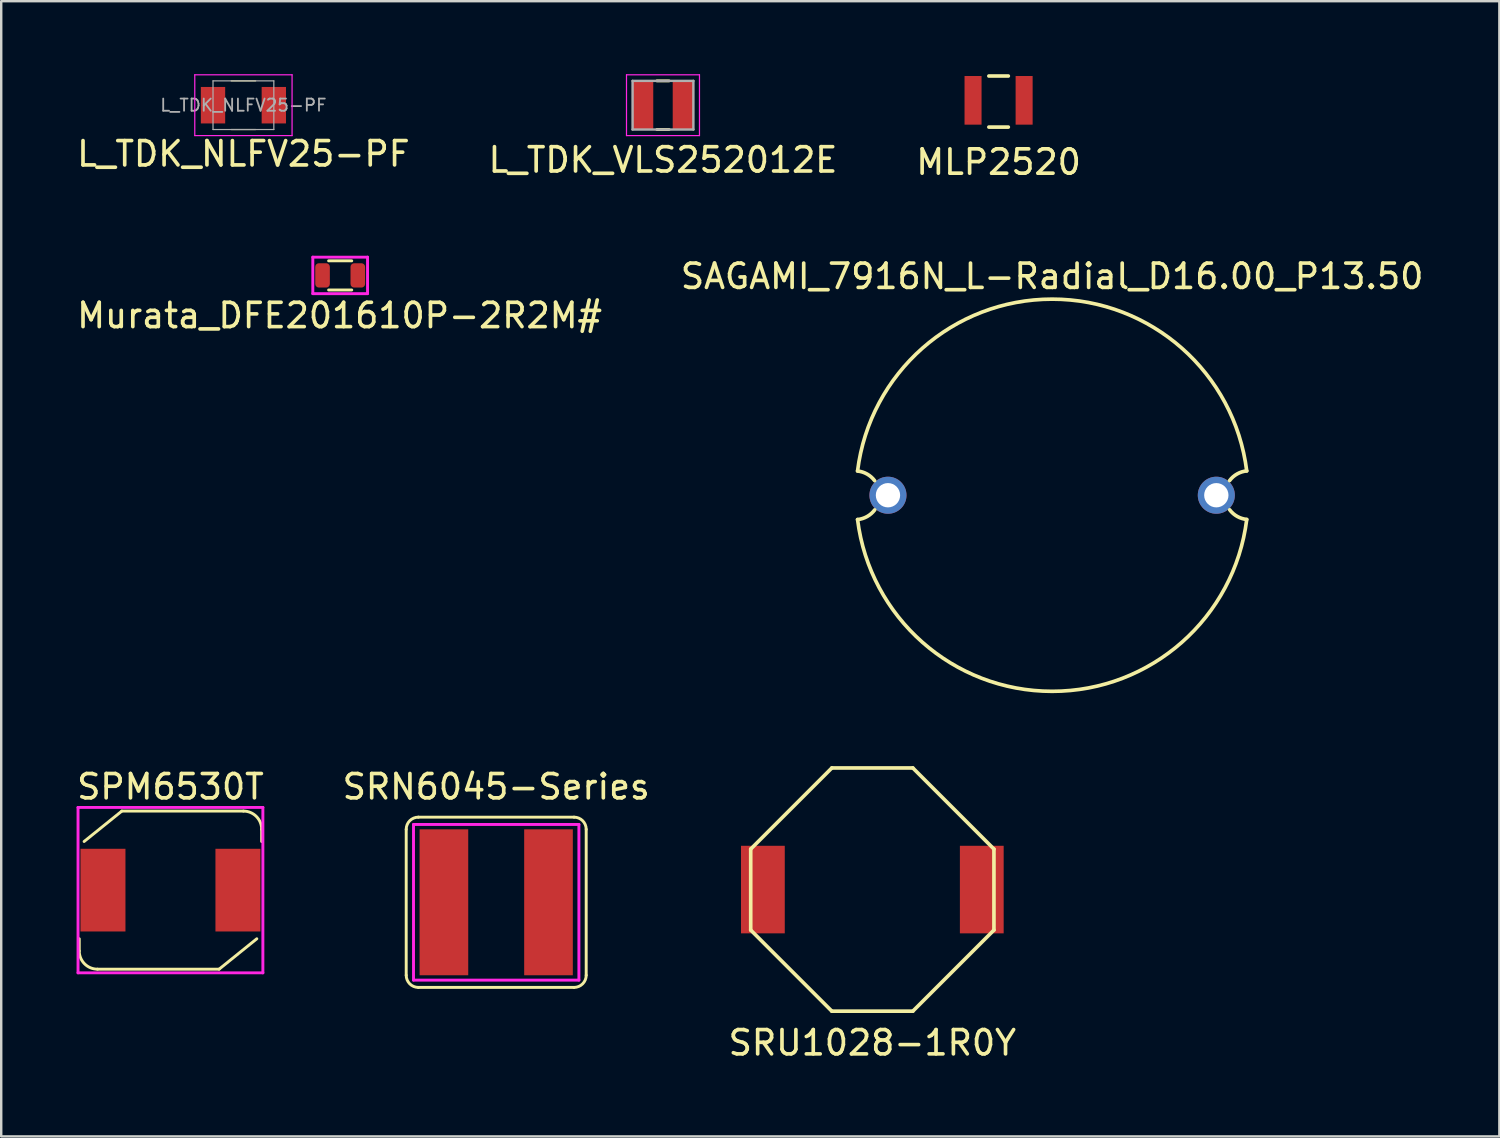
<source format=kicad_pcb>
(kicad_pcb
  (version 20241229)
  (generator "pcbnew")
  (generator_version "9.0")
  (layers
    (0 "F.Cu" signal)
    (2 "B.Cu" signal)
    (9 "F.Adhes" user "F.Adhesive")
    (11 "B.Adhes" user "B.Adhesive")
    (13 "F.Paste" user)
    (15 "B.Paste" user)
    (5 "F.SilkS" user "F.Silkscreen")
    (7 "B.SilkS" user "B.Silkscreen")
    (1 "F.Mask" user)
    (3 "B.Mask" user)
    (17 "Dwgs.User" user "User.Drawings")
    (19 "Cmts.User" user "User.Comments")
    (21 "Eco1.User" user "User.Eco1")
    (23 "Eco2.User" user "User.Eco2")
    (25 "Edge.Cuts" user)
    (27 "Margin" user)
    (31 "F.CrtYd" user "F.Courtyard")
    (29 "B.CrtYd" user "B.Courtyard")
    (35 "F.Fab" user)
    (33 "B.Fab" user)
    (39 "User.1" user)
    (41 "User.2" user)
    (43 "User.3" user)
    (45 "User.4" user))
  (footprint "SAGAMI_7916N_L-Radial_D16.00_P13.50"
    (layer "F.Cu")
    (at 40.208 17.311)
    (property "Reference" "SAGAMI_7916N_L-Radial_D16.00_P13.50" (at 0 -9 0) (layer "F.SilkS") (effects (font (size 1 1) (thickness 0.15))))
    (attr through_hole)
    (fp_arc (start -8.000497 -0.995036) (mid -7.608788 -0.871039) (end -7.300001 -0.6) (stroke (width 0.15) (type solid)) (layer "F.SilkS"))
    (fp_arc (start -7.999999 -1.000001) (mid 0.000001 -8.062257) (end 7.999999 -0.999999) (stroke (width 0.15) (type solid)) (layer "F.SilkS"))
    (fp_arc (start -7.296011 0.602993) (mid -7.606338 0.875384) (end -8.000001 0.999999) (stroke (width 0.15) (type solid)) (layer "F.SilkS"))
    (fp_arc (start 7.296011 -0.602993) (mid 7.606338 -0.875384) (end 8.000001 -0.999999) (stroke (width 0.15) (type solid)) (layer "F.SilkS"))
    (fp_arc (start 7.999999 0.999999) (mid 0 8.062257) (end -7.999999 0.999999) (stroke (width 0.15) (type solid)) (layer "F.SilkS"))
    (fp_arc (start 8.000496 0.995037) (mid 7.608787 0.871039) (end 7.3 0.6) (stroke (width 0.15) (type solid)) (layer "F.SilkS"))
    (pad "1" thru_hole circle (at -6.75 0) (size 1.524 1.524) (drill 1) (layers "*.Cu" "*.Mask"))
    (pad "2" thru_hole circle (at 6.75 0) (size 1.524 1.524) (drill 1) (layers "*.Cu" "*.Mask")))
  (footprint "MLP2520"
    (layer "F.Cu")
    (at 38.006 1.075)
    (property "Reference" "MLP2520" (at 0 2.54 0) (layer "F.SilkS") (effects (font (size 1 1) (thickness 0.15))))
    (attr through_hole)
    (fp_line (start -0.4 -1) (end 0.4 -1) (stroke (width 0.15) (type solid)) (layer "F.SilkS"))
    (fp_line (start -0.4 1.1) (end 0.4 1.1) (stroke (width 0.15) (type solid)) (layer "F.SilkS"))
    (pad "1" smd rect (at -1.05 0) (size 0.7 2) (layers "F.Cu" "F.Mask" "F.Paste"))
    (pad "2" smd rect (at 1.05 0) (size 0.7 2) (layers "F.Cu" "F.Mask" "F.Paste")))
  (footprint "Murata_DFE201610P-2R2M#"
    (layer "F.Cu")
    (at 10.911 8.273)
    (property "Reference" "Murata_DFE201610P-2R2M#" (at 0 1.65 0) (layer "F.SilkS") (effects (font (size 1 1) (thickness 0.15))))
    (attr through_hole)
    (fp_line (start -0.45 -0.6) (end 0.5 -0.6) (stroke (width 0.12) (type solid)) (layer "F.SilkS"))
    (fp_line (start -0.45 0.6) (end 0.5 0.6) (stroke (width 0.12) (type solid)) (layer "F.SilkS"))
    (fp_line (start -1.1 -0.75) (end -1.1 0.75) (stroke (width 0.12) (type solid)) (layer "F.CrtYd"))
    (fp_line (start -1.1 -0.75) (end 1.15 -0.75) (stroke (width 0.12) (type solid)) (layer "F.CrtYd"))
    (fp_line (start -1.1 0.75) (end 1.15 0.75) (stroke (width 0.12) (type solid)) (layer "F.CrtYd"))
    (fp_line (start 1.15 -0.75) (end 1.15 0.75) (stroke (width 0.12) (type solid)) (layer "F.CrtYd"))
    (pad "1" smd roundrect (at -0.7 0) (size 0.6 1) (layers "F.Cu" "F.Mask" "F.Paste") (roundrect_rratio 0.25))
    (pad "2" smd roundrect (at 0.75 0) (size 0.6 1) (layers "F.Cu" "F.Mask" "F.Paste") (roundrect_rratio 0.25)))
  (footprint "SRN6045-Series"
    (layer "F.Cu")
    (at 17.351 34.047)
    (property "Reference" "SRN6045-Series" (at 0 -4.75 0) (layer "F.SilkS") (effects (font (size 1 1) (thickness 0.15))))
    (attr through_hole)
    (fp_line (start -3.7 3) (end -3.7 -3) (stroke (width 0.12) (type solid)) (layer "F.SilkS"))
    (fp_line (start -3.2 -3.5) (end 3.2 -3.5) (stroke (width 0.12) (type solid)) (layer "F.SilkS"))
    (fp_line (start 3.2 3.5) (end -3.2 3.5) (stroke (width 0.12) (type solid)) (layer "F.SilkS"))
    (fp_line (start 3.7 -3) (end 3.7 3) (stroke (width 0.12) (type solid)) (layer "F.SilkS"))
    (fp_arc (start -3.7 -3) (mid -3.553553 -3.353553) (end -3.2 -3.5) (stroke (width 0.12) (type solid)) (layer "F.SilkS"))
    (fp_arc (start -3.2 3.5) (mid -3.553553 3.353553) (end -3.7 3) (stroke (width 0.12) (type solid)) (layer "F.SilkS"))
    (fp_arc (start 3.2 -3.5) (mid 3.553553 -3.353553) (end 3.7 -3) (stroke (width 0.12) (type solid)) (layer "F.SilkS"))
    (fp_arc (start 3.7 3) (mid 3.553553 3.353553) (end 3.2 3.5) (stroke (width 0.12) (type solid)) (layer "F.SilkS"))
    (fp_line (start -3.4 -3.2) (end 3.4 -3.2) (stroke (width 0.12) (type solid)) (layer "F.CrtYd"))
    (fp_line (start -3.4 3.2) (end -3.4 -3.2) (stroke (width 0.12) (type solid)) (layer "F.CrtYd"))
    (fp_line (start 3.4 -3.2) (end 3.4 3.2) (stroke (width 0.12) (type solid)) (layer "F.CrtYd"))
    (fp_line (start 3.4 3.2) (end -3.4 3.2) (stroke (width 0.12) (type solid)) (layer "F.CrtYd"))
    (pad "1" smd rect (at -2.15 0) (size 2 6) (layers "F.Cu" "F.Mask" "F.Paste"))
    (pad "2" smd rect (at 2.15 0) (size 2 6) (layers "F.Cu" "F.Mask" "F.Paste")))
  (footprint "SPM6530T"
    (layer "F.Cu")
    (at 3.958 33.547)
    (property "Reference" "SPM6530T" (at 0 -4.25 0) (layer "F.SilkS") (effects (font (size 1 1) (thickness 0.15))))
    (attr through_hole)
    (fp_line (start -3.75 2) (end -3.75 2.5) (stroke (width 0.12) (type solid)) (layer "F.SilkS"))
    (fp_line (start -3.55 -2) (end -2 -3.25) (stroke (width 0.12) (type solid)) (layer "F.SilkS"))
    (fp_line (start -3 3.25) (end 2 3.25) (stroke (width 0.12) (type solid)) (layer "F.SilkS"))
    (fp_line (start -2 -3.25) (end 3 -3.25) (stroke (width 0.12) (type solid)) (layer "F.SilkS"))
    (fp_line (start 3.55 2) (end 2 3.25) (stroke (width 0.12) (type solid)) (layer "F.SilkS"))
    (fp_line (start 3.75 -2.5) (end 3.75 -2) (stroke (width 0.12) (type solid)) (layer "F.SilkS"))
    (fp_arc (start -3 3.25) (mid -3.53033 3.03033) (end -3.75 2.5) (stroke (width 0.12) (type solid)) (layer "F.SilkS"))
    (fp_arc (start 3 -3.25) (mid 3.53033 -3.03033) (end 3.75 -2.5) (stroke (width 0.12) (type solid)) (layer "F.SilkS"))
    (fp_line (start -3.8 -3.4) (end -3.8 3.4) (stroke (width 0.12) (type solid)) (layer "F.CrtYd"))
    (fp_line (start -3.8 -3.4) (end 3.8 -3.4) (stroke (width 0.12) (type solid)) (layer "F.CrtYd"))
    (fp_line (start -3.8 3.4) (end 3.8 3.4) (stroke (width 0.12) (type solid)) (layer "F.CrtYd"))
    (fp_line (start 3.8 3.4) (end 3.8 -3.4) (stroke (width 0.12) (type solid)) (layer "F.CrtYd"))
    (pad "1" smd rect (at -2.775 0) (size 1.85 3.4) (layers "F.Cu" "F.Mask" "F.Paste"))
    (pad "2" smd rect (at 2.775 0) (size 1.85 3.4) (layers "F.Cu" "F.Mask" "F.Paste")))
  (footprint "L_TDK_NLFV25-PF"
    (layer "F.Cu")
    (at 6.958 1.275)
    (property "Reference" "L_TDK_NLFV25-PF" (at 0 2 0) (layer "F.SilkS") (effects (font (size 1 1) (thickness 0.15))))
    (attr smd)
    (fp_line (start -0.5 -1) (end 0.5 -1) (stroke (width 0.05) (type solid)) (layer "F.SilkS"))
    (fp_line (start -0.5 1) (end 0.5 1) (stroke (width 0.05) (type solid)) (layer "F.SilkS"))
    (fp_line (start -2 -1.25) (end 2 -1.25) (stroke (width 0.05) (type solid)) (layer "F.CrtYd"))
    (fp_line (start -2 1.25) (end -2 -1.25) (stroke (width 0.05) (type solid)) (layer "F.CrtYd"))
    (fp_line (start 2 -1.25) (end 2 1.25) (stroke (width 0.05) (type solid)) (layer "F.CrtYd"))
    (fp_line (start 2 1.25) (end -2 1.25) (stroke (width 0.05) (type solid)) (layer "F.CrtYd"))
    (fp_line (start -1.25 -1) (end 1.25 -1) (stroke (width 0.05) (type solid)) (layer "F.Fab"))
    (fp_line (start -1.25 1) (end -1.25 -1) (stroke (width 0.05) (type solid)) (layer "F.Fab"))
    (fp_line (start 1.25 -1) (end 1.25 1) (stroke (width 0.05) (type solid)) (layer "F.Fab"))
    (fp_line (start 1.25 1) (end -1.25 1) (stroke (width 0.05) (type solid)) (layer "F.Fab"))
    (fp_text user "${REFERENCE}" (at 0 0 0) (layer "F.Fab") (effects (font (size 0.5 0.5) (thickness 0.075))))
    (pad "1" smd rect (at -1.25 0) (size 1 1.5) (layers "F.Cu" "F.Mask" "F.Paste"))
    (pad "2" smd rect (at 1.25 0) (size 1 1.5) (layers "F.Cu" "F.Mask" "F.Paste")))
  (footprint "L_TDK_VLS252012E"
    (layer "F.Cu")
    (at 24.208 1.275)
    (property "Reference" "L_TDK_VLS252012E" (at 0 2.25 0) (layer "F.SilkS") (effects (font (size 1 1) (thickness 0.15))))
    (attr smd)
    (fp_line (start -0.25 -1) (end 0.25 -1) (stroke (width 0.12) (type solid)) (layer "F.SilkS"))
    (fp_line (start -0.25 1) (end 0.25 1) (stroke (width 0.12) (type solid)) (layer "F.SilkS"))
    (fp_line (start -1.5 -1.25) (end 1.5 -1.25) (stroke (width 0.05) (type solid)) (layer "F.CrtYd"))
    (fp_line (start -1.5 1.25) (end -1.5 -1.25) (stroke (width 0.05) (type solid)) (layer "F.CrtYd"))
    (fp_line (start 1.5 -1.25) (end 1.5 1.25) (stroke (width 0.05) (type solid)) (layer "F.CrtYd"))
    (fp_line (start 1.5 1.25) (end -1.5 1.25) (stroke (width 0.05) (type solid)) (layer "F.CrtYd"))
    (fp_line (start -1.25 -1) (end 1.25 -1) (stroke (width 0.1) (type solid)) (layer "F.Fab"))
    (fp_line (start -1.25 1) (end -1.25 -1) (stroke (width 0.1) (type solid)) (layer "F.Fab"))
    (fp_line (start 1.25 -1) (end 1.25 1) (stroke (width 0.1) (type solid)) (layer "F.Fab"))
    (fp_line (start 1.25 1) (end -1.25 1) (stroke (width 0.1) (type solid)) (layer "F.Fab"))
    (pad "1" smd rect (at -0.825 0) (size 0.85 2) (layers "F.Cu" "F.Mask" "F.Paste"))
    (pad "2" smd rect (at 0.825 0) (size 0.85 2) (layers "F.Cu" "F.Mask" "F.Paste")))
  (footprint "SRU1028-1R0Y"
    (layer "F.Cu")
    (at 32.815 33.524)
    (property "Reference" "SRU1028-1R0Y" (at 0 6.3 0) (layer "F.SilkS") (effects (font (size 1 1) (thickness 0.15))))
    (attr through_hole)
    (fp_line (start -5 -1.665) (end -1.665 -5) (stroke (width 0.15) (type solid)) (layer "F.SilkS"))
    (fp_line (start -5 1.665) (end -5 -1.665) (stroke (width 0.15) (type solid)) (layer "F.SilkS"))
    (fp_line (start -5 1.665) (end -1.665 5) (stroke (width 0.15) (type solid)) (layer "F.SilkS"))
    (fp_line (start -1.665 -5) (end 1.665 -5) (stroke (width 0.15) (type solid)) (layer "F.SilkS"))
    (fp_line (start 1.665 -5) (end 5 -1.665) (stroke (width 0.15) (type solid)) (layer "F.SilkS"))
    (fp_line (start 1.665 5) (end -1.665 5) (stroke (width 0.15) (type solid)) (layer "F.SilkS"))
    (fp_line (start 1.665 5) (end 5 1.665) (stroke (width 0.15) (type solid)) (layer "F.SilkS"))
    (fp_line (start 5 -1.665) (end 5 1.665) (stroke (width 0.15) (type solid)) (layer "F.SilkS"))
    (pad "1" smd rect (at -4.5 0) (size 1.8 3.6) (layers "F.Cu" "F.Mask" "F.Paste"))
    (pad "2" smd rect (at 4.5 0) (size 1.8 3.6) (layers "F.Cu" "F.Mask" "F.Paste")))
  (gr_rect
    (start -3 -3)
    (end 58.595 43.672)
    (stroke (width 0.1) (type default))
    (fill no)
    (layer "Edge.Cuts")))
</source>
